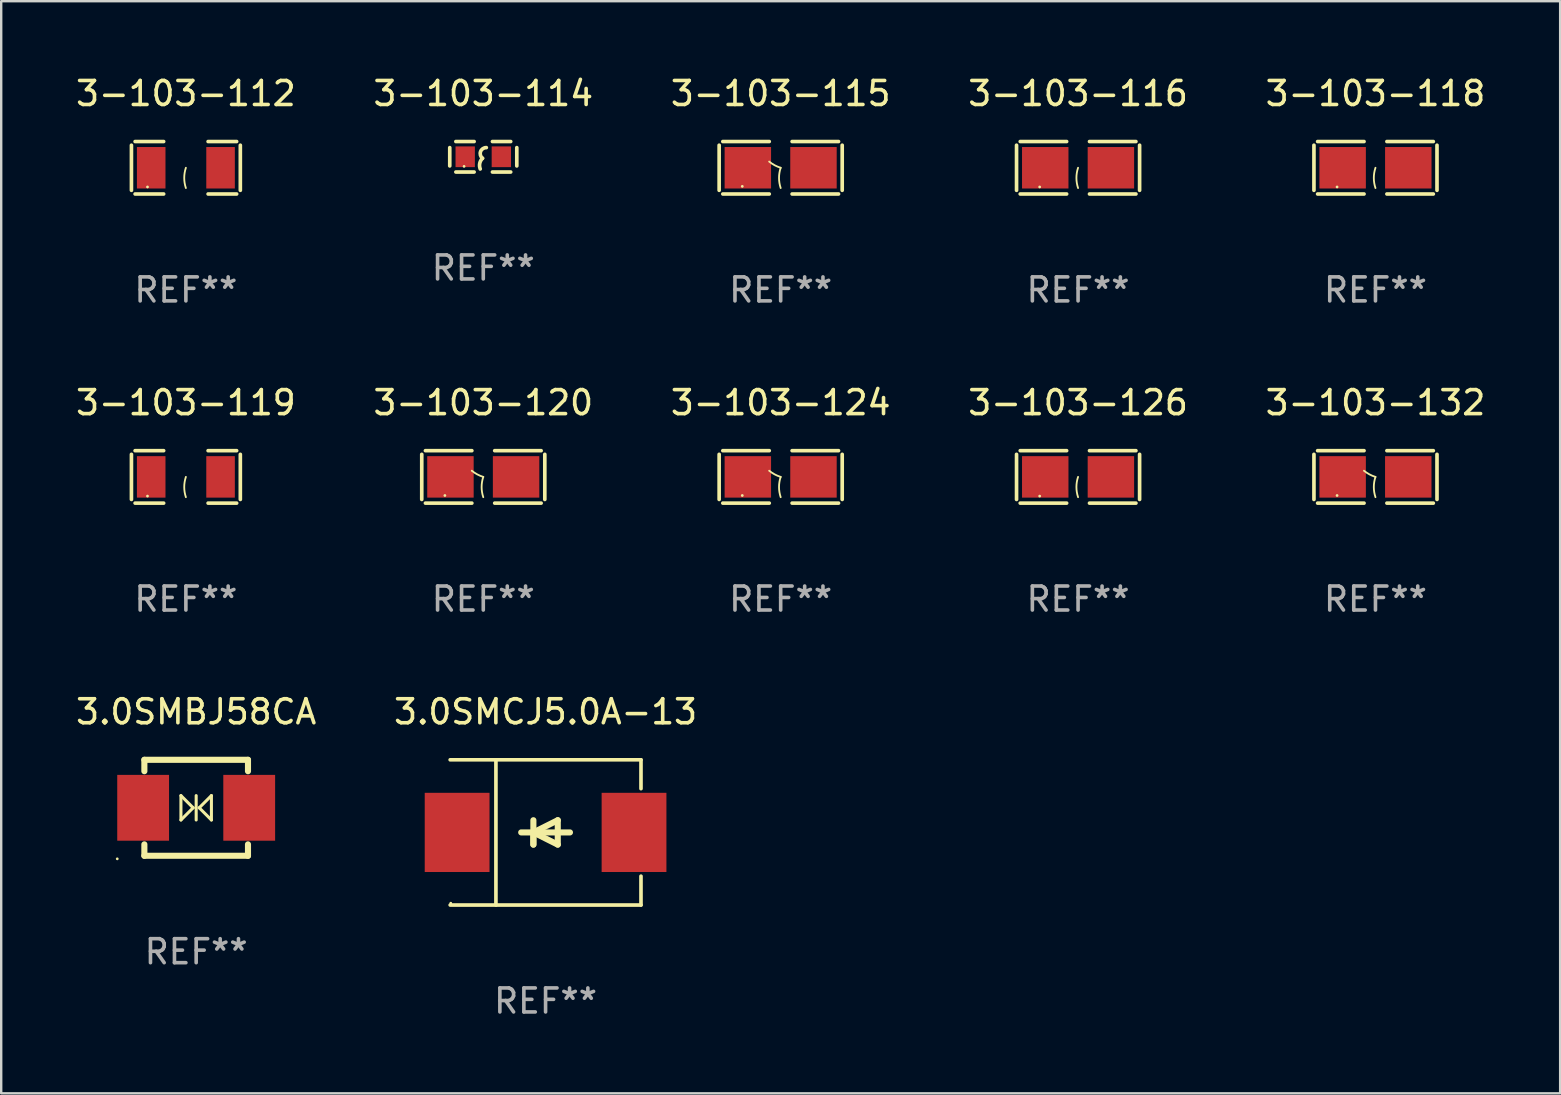
<source format=kicad_pcb>
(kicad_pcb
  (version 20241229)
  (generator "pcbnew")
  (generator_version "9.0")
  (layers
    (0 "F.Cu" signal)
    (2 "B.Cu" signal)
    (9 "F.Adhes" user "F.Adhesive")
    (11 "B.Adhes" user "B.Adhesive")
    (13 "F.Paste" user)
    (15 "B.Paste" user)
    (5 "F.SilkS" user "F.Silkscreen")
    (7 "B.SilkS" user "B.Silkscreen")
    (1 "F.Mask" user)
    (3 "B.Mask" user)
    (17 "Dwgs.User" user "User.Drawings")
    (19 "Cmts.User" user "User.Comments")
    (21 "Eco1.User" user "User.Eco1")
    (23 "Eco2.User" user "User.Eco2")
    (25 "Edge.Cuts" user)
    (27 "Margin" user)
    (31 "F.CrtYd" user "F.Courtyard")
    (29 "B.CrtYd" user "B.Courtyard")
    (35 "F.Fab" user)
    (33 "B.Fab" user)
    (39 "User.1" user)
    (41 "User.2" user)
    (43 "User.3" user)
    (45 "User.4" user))
  (footprint "3-103-118"
    (layer "F.Cu")
    (at 54.268 3.941)
    (property "Reference" "3-103-118" (at 0 -3.093 0) (layer "F.SilkS") (effects (font (size 1 1) (thickness 0.15))))
    (attr through_hole)
    (fp_line (start -2.564 -0.94) (end -2.564 0.94) (stroke (width 0.152) (type solid)) (layer "F.SilkS"))
    (fp_line (start -2.411 1.093) (end -0.476 1.093) (stroke (width 0.152) (type solid)) (layer "F.SilkS"))
    (fp_line (start -0.476 -1.093) (end -2.411 -1.093) (stroke (width 0.152) (type solid)) (layer "F.SilkS"))
    (fp_line (start 0.476 -1.093) (end 2.411 -1.093) (stroke (width 0.152) (type solid)) (layer "F.SilkS"))
    (fp_line (start 2.411 1.093) (end 0.476 1.093) (stroke (width 0.152) (type solid)) (layer "F.SilkS"))
    (fp_line (start 2.564 -0.94) (end 2.564 0.94) (stroke (width 0.152) (type solid)) (layer "F.SilkS"))
    (fp_arc (start 0 0.844951) (mid -0.068559 0.422475) (end 0 0) (stroke (width 0.0762) (type solid)) (layer "F.SilkS"))
    (fp_circle (center -1.6 0.8) (end -1.57 0.8) (stroke (width 0.06) (type solid)) (fill no) (layer "F.SilkS"))
    (fp_text user "REF**" (at 0 5.093 0) (layer "F.Fab") (effects (font (size 1 1) (thickness 0.15))))
    (pad "1" smd rect (at -1.368 0) (size 1.935 1.728) (layers "F.Cu" "F.Mask" "F.Paste"))
    (pad "2" smd rect (at 1.368 0) (size 1.935 1.728) (layers "F.Cu" "F.Mask" "F.Paste")))
  (footprint "3-103-112"
    (layer "F.Cu")
    (at 4.696 3.941)
    (property "Reference" "3-103-112" (at 0 -3.093 0) (layer "F.SilkS") (effects (font (size 1 1) (thickness 0.15))))
    (attr through_hole)
    (fp_line (start -2.269 -0.94) (end -2.269 0.94) (stroke (width 0.152) (type solid)) (layer "F.SilkS"))
    (fp_line (start -2.116 1.093) (end -0.926 1.093) (stroke (width 0.152) (type solid)) (layer "F.SilkS"))
    (fp_line (start -0.926 -1.093) (end -2.116 -1.093) (stroke (width 0.152) (type solid)) (layer "F.SilkS"))
    (fp_line (start 0.926 -1.093) (end 2.116 -1.093) (stroke (width 0.152) (type solid)) (layer "F.SilkS"))
    (fp_line (start 2.116 1.093) (end 0.926 1.093) (stroke (width 0.152) (type solid)) (layer "F.SilkS"))
    (fp_line (start 2.269 -0.94) (end 2.269 0.94) (stroke (width 0.152) (type solid)) (layer "F.SilkS"))
    (fp_arc (start 0 0.844951) (mid -0.068559 0.422475) (end 0 0) (stroke (width 0.0762) (type solid)) (layer "F.SilkS"))
    (fp_circle (center -1.6 0.8) (end -1.57 0.8) (stroke (width 0.06) (type solid)) (fill no) (layer "F.SilkS"))
    (fp_text user "REF**" (at 0 5.093 0) (layer "F.Fab") (effects (font (size 1 1) (thickness 0.15))))
    (pad "1" smd rect (at -1.445 0) (size 1.19 1.728) (layers "F.Cu" "F.Mask" "F.Paste"))
    (pad "2" smd rect (at 1.445 0) (size 1.19 1.728) (layers "F.Cu" "F.Mask" "F.Paste")))
  (footprint "3.0SMCJ5.0A-13"
    (layer "F.Cu")
    (at 19.685 31.638)
    (property "Reference" "3.0SMCJ5.0A-13" (at 0 -5.026 0) (layer "F.SilkS") (effects (font (size 1 1) (thickness 0.15))))
    (attr through_hole)
    (fp_line (start -3.976 -3.026) (end 3.976 -3.026) (stroke (width 0.152) (type solid)) (layer "F.SilkS"))
    (fp_line (start -3.976 3.026) (end 3.976 3.026) (stroke (width 0.152) (type solid)) (layer "F.SilkS"))
    (fp_line (start -2.069 -3.026) (end -2.069 3.026) (stroke (width 0.152) (type solid)) (layer "F.SilkS"))
    (fp_line (start -0.508 0) (end -0.508 0.508) (stroke (width 0.254) (type solid)) (layer "F.SilkS"))
    (fp_line (start -0.508 0) (end 0.508 0.508) (stroke (width 0.254) (type solid)) (layer "F.SilkS"))
    (fp_line (start -0.508 0.508) (end -0.508 -0.508) (stroke (width 0.254) (type solid)) (layer "F.SilkS"))
    (fp_line (start 0.508 -0.508) (end -0.508 0) (stroke (width 0.254) (type solid)) (layer "F.SilkS"))
    (fp_line (start 0.508 0.508) (end 0.508 -0.508) (stroke (width 0.254) (type solid)) (layer "F.SilkS"))
    (fp_line (start 1.016 0) (end -1.016 0) (stroke (width 0.254) (type solid)) (layer "F.SilkS"))
    (fp_line (start 3.976 -3.026) (end 3.976 -1.823) (stroke (width 0.152) (type solid)) (layer "F.SilkS"))
    (fp_line (start 3.976 3.026) (end 3.976 1.823) (stroke (width 0.152) (type solid)) (layer "F.SilkS"))
    (fp_circle (center -3.95 2.95) (end -3.92 2.95) (stroke (width 0.06) (type solid)) (fill no) (layer "F.SilkS"))
    (fp_text user "REF**" (at 0 7.026 0) (layer "F.Fab") (effects (font (size 1 1) (thickness 0.15))))
    (pad "1" smd rect (at -3.686 0) (size 2.7 3.3) (layers "F.Cu" "F.Mask" "F.Paste"))
    (pad "2" smd rect (at 3.686 0) (size 2.7 3.3) (layers "F.Cu" "F.Mask" "F.Paste")))
  (footprint "3-103-116"
    (layer "F.Cu")
    (at 41.875 3.941)
    (property "Reference" "3-103-116" (at 0 -3.093 0) (layer "F.SilkS") (effects (font (size 1 1) (thickness 0.15))))
    (attr through_hole)
    (fp_line (start -2.564 -0.94) (end -2.564 0.94) (stroke (width 0.152) (type solid)) (layer "F.SilkS"))
    (fp_line (start -2.411 1.093) (end -0.476 1.093) (stroke (width 0.152) (type solid)) (layer "F.SilkS"))
    (fp_line (start -0.476 -1.093) (end -2.411 -1.093) (stroke (width 0.152) (type solid)) (layer "F.SilkS"))
    (fp_line (start 0.476 -1.093) (end 2.411 -1.093) (stroke (width 0.152) (type solid)) (layer "F.SilkS"))
    (fp_line (start 2.411 1.093) (end 0.476 1.093) (stroke (width 0.152) (type solid)) (layer "F.SilkS"))
    (fp_line (start 2.564 -0.94) (end 2.564 0.94) (stroke (width 0.152) (type solid)) (layer "F.SilkS"))
    (fp_arc (start 0 0.844951) (mid -0.068559 0.422475) (end 0 0) (stroke (width 0.0762) (type solid)) (layer "F.SilkS"))
    (fp_circle (center -1.6 0.8) (end -1.57 0.8) (stroke (width 0.06) (type solid)) (fill no) (layer "F.SilkS"))
    (fp_text user "REF**" (at 0 5.093 0) (layer "F.Fab") (effects (font (size 1 1) (thickness 0.15))))
    (pad "1" smd rect (at -1.368 0) (size 1.935 1.728) (layers "F.Cu" "F.Mask" "F.Paste"))
    (pad "2" smd rect (at 1.368 0) (size 1.935 1.728) (layers "F.Cu" "F.Mask" "F.Paste")))
  (footprint "3-103-114"
    (layer "F.Cu")
    (at 17.089 3.483)
    (property "Reference" "3-103-114" (at 0 -2.635 0) (layer "F.SilkS") (effects (font (size 1 1) (thickness 0.15))))
    (attr through_hole)
    (fp_line (start -1.397 -0.381) (end -1.397 0.381) (stroke (width 0.152) (type solid)) (layer "F.SilkS"))
    (fp_line (start -0.381 -0.635) (end -1.143 -0.635) (stroke (width 0.152) (type solid)) (layer "F.SilkS"))
    (fp_line (start -0.381 0.635) (end -1.143 0.635) (stroke (width 0.152) (type solid)) (layer "F.SilkS"))
    (fp_line (start 0.381 -0.635) (end 1.143 -0.635) (stroke (width 0.152) (type solid)) (layer "F.SilkS"))
    (fp_line (start 0.381 0.635) (end 1.143 0.635) (stroke (width 0.152) (type solid)) (layer "F.SilkS"))
    (fp_line (start 1.397 -0.381) (end 1.397 0.381) (stroke (width 0.152) (type solid)) (layer "F.SilkS"))
    (fp_arc (start -0.127 0.508001) (mid -0.146523 0.271131) (end -0.030861 0.0635) (stroke (width 0.151994) (type solid)) (layer "F.SilkS"))
    (fp_arc (start -0.03175 0.0635) (mid -0.113571 -0.216321) (end 0.127001 -0.381002) (stroke (width 0.151994) (type solid)) (layer "F.SilkS"))
    (fp_circle (center -0.8 0.4) (end -0.77 0.4) (stroke (width 0.06) (type solid)) (fill no) (layer "F.SilkS"))
    (fp_text user "REF**" (at 0 4.635 0) (layer "F.Fab") (effects (font (size 1 1) (thickness 0.15))))
    (pad "1" smd rect (at -0.753 0) (size 0.806 0.864) (layers "F.Cu" "F.Mask" "F.Paste"))
    (pad "2" smd rect (at 0.753 0) (size 0.806 0.864) (layers "F.Cu" "F.Mask" "F.Paste")))
  (footprint "3-103-132"
    (layer "F.Cu")
    (at 54.268 16.823)
    (property "Reference" "3-103-132" (at 0 -3.093 0) (layer "F.SilkS") (effects (font (size 1 1) (thickness 0.15))))
    (attr through_hole)
    (fp_line (start -2.564 -0.94) (end -2.564 0.94) (stroke (width 0.152) (type solid)) (layer "F.SilkS"))
    (fp_line (start -2.411 1.093) (end -0.476 1.093) (stroke (width 0.152) (type solid)) (layer "F.SilkS"))
    (fp_line (start -0.476 -1.093) (end -2.411 -1.093) (stroke (width 0.152) (type solid)) (layer "F.SilkS"))
    (fp_line (start 0.476 -1.093) (end 2.411 -1.093) (stroke (width 0.152) (type solid)) (layer "F.SilkS"))
    (fp_line (start 2.411 1.093) (end 0.476 1.093) (stroke (width 0.152) (type solid)) (layer "F.SilkS"))
    (fp_line (start 2.564 -0.94) (end 2.564 0.94) (stroke (width 0.152) (type solid)) (layer "F.SilkS"))
    (fp_arc (start 0 0) (mid -0.25226 -0.10569) (end -0.479707 -0.257589) (stroke (width 0.0762) (type solid)) (layer "F.SilkS"))
    (fp_arc (start 0 0.844958) (mid -0.068559 0.422479) (end 0 0) (stroke (width 0.0762) (type solid)) (layer "F.SilkS"))
    (fp_circle (center -1.6 0.775) (end -1.57 0.775) (stroke (width 0.06) (type solid)) (fill no) (layer "F.SilkS"))
    (fp_text user "REF**" (at 0 5.093 0) (layer "F.Fab") (effects (font (size 1 1) (thickness 0.15))))
    (pad "1" smd rect (at -1.368 -0.000051) (size 1.935 1.728) (layers "F.Cu" "F.Mask" "F.Paste"))
    (pad "2" smd rect (at 1.367 -0.000051) (size 1.935 1.728) (layers "F.Cu" "F.Mask" "F.Paste")))
  (footprint "3-103-120"
    (layer "F.Cu")
    (at 17.089 16.823)
    (property "Reference" "3-103-120" (at 0 -3.093 0) (layer "F.SilkS") (effects (font (size 1 1) (thickness 0.15))))
    (attr through_hole)
    (fp_line (start -2.564 -0.94) (end -2.564 0.94) (stroke (width 0.152) (type solid)) (layer "F.SilkS"))
    (fp_line (start -2.411 1.093) (end -0.476 1.093) (stroke (width 0.152) (type solid)) (layer "F.SilkS"))
    (fp_line (start -0.476 -1.093) (end -2.411 -1.093) (stroke (width 0.152) (type solid)) (layer "F.SilkS"))
    (fp_line (start 0.476 -1.093) (end 2.411 -1.093) (stroke (width 0.152) (type solid)) (layer "F.SilkS"))
    (fp_line (start 2.411 1.093) (end 0.476 1.093) (stroke (width 0.152) (type solid)) (layer "F.SilkS"))
    (fp_line (start 2.564 -0.94) (end 2.564 0.94) (stroke (width 0.152) (type solid)) (layer "F.SilkS"))
    (fp_arc (start 0 0) (mid -0.25226 -0.10569) (end -0.479707 -0.257589) (stroke (width 0.0762) (type solid)) (layer "F.SilkS"))
    (fp_arc (start 0 0.844958) (mid -0.068559 0.422479) (end 0 0) (stroke (width 0.0762) (type solid)) (layer "F.SilkS"))
    (fp_circle (center -1.6 0.775) (end -1.57 0.775) (stroke (width 0.06) (type solid)) (fill no) (layer "F.SilkS"))
    (fp_text user "REF**" (at 0 5.093 0) (layer "F.Fab") (effects (font (size 1 1) (thickness 0.15))))
    (pad "1" smd rect (at -1.368 -0.000051) (size 1.935 1.728) (layers "F.Cu" "F.Mask" "F.Paste"))
    (pad "2" smd rect (at 1.367 -0.000051) (size 1.935 1.728) (layers "F.Cu" "F.Mask" "F.Paste")))
  (footprint "3.0SMBJ58CA"
    (layer "F.Cu")
    (at 5.125 30.612)
    (property "Reference" "3.0SMBJ58CA" (at 0 -4 0) (layer "F.SilkS") (effects (font (size 1 1) (thickness 0.15))))
    (attr through_hole)
    (fp_line (start -2.159 -2) (end 2.159 -2) (stroke (width 0.254) (type solid)) (layer "F.SilkS"))
    (fp_line (start -2.159 -1.524) (end -2.159 -2) (stroke (width 0.254) (type solid)) (layer "F.SilkS"))
    (fp_line (start -2.159 1.524) (end -2.159 2) (stroke (width 0.254) (type solid)) (layer "F.SilkS"))
    (fp_line (start -2.159 2) (end 2.159 2) (stroke (width 0.254) (type solid)) (layer "F.SilkS"))
    (fp_line (start -0.635 -0.508) (end -0.127 0) (stroke (width 0.127) (type solid)) (layer "F.SilkS"))
    (fp_line (start -0.635 0.508) (end -0.635 -0.508) (stroke (width 0.127) (type solid)) (layer "F.SilkS"))
    (fp_line (start -0.127 0) (end -0.635 0.508) (stroke (width 0.127) (type solid)) (layer "F.SilkS"))
    (fp_line (start 0 0.508) (end 0 -0.508) (stroke (width 0.127) (type solid)) (layer "F.SilkS"))
    (fp_line (start 0.127 0) (end 0.635 -0.508) (stroke (width 0.127) (type solid)) (layer "F.SilkS"))
    (fp_line (start 0.635 -0.508) (end 0.635 0.508) (stroke (width 0.127) (type solid)) (layer "F.SilkS"))
    (fp_line (start 0.635 0.508) (end 0.127 0) (stroke (width 0.127) (type solid)) (layer "F.SilkS"))
    (fp_line (start 2.159 -2) (end 2.159 -1.524) (stroke (width 0.254) (type solid)) (layer "F.SilkS"))
    (fp_line (start 2.159 2) (end 2.159 1.524) (stroke (width 0.254) (type solid)) (layer "F.SilkS"))
    (fp_circle (center -3.289 2.127) (end -3.259 2.127) (stroke (width 0.06) (type solid)) (fill no) (layer "F.SilkS"))
    (fp_text user "REF**" (at 0 6 0) (layer "F.Fab") (effects (font (size 1 1) (thickness 0.15))))
    (pad "1" smd rect (at -2.21 0 180) (size 2.159 2.743) (layers "F.Cu" "F.Mask" "F.Paste"))
    (pad "2" smd rect (at 2.21 0 180) (size 2.159 2.743) (layers "F.Cu" "F.Mask" "F.Paste")))
  (footprint "3-103-119"
    (layer "F.Cu")
    (at 4.696 16.823)
    (property "Reference" "3-103-119" (at 0 -3.093 0) (layer "F.SilkS") (effects (font (size 1 1) (thickness 0.15))))
    (attr through_hole)
    (fp_line (start -2.269 -0.94) (end -2.269 0.94) (stroke (width 0.152) (type solid)) (layer "F.SilkS"))
    (fp_line (start -2.116 1.093) (end -0.926 1.093) (stroke (width 0.152) (type solid)) (layer "F.SilkS"))
    (fp_line (start -0.926 -1.093) (end -2.116 -1.093) (stroke (width 0.152) (type solid)) (layer "F.SilkS"))
    (fp_line (start 0.926 -1.093) (end 2.116 -1.093) (stroke (width 0.152) (type solid)) (layer "F.SilkS"))
    (fp_line (start 2.116 1.093) (end 0.926 1.093) (stroke (width 0.152) (type solid)) (layer "F.SilkS"))
    (fp_line (start 2.269 -0.94) (end 2.269 0.94) (stroke (width 0.152) (type solid)) (layer "F.SilkS"))
    (fp_arc (start 0 0.844951) (mid -0.068559 0.422475) (end 0 0) (stroke (width 0.0762) (type solid)) (layer "F.SilkS"))
    (fp_circle (center -1.6 0.8) (end -1.57 0.8) (stroke (width 0.06) (type solid)) (fill no) (layer "F.SilkS"))
    (fp_text user "REF**" (at 0 5.093 0) (layer "F.Fab") (effects (font (size 1 1) (thickness 0.15))))
    (pad "1" smd rect (at -1.445 0) (size 1.19 1.728) (layers "F.Cu" "F.Mask" "F.Paste"))
    (pad "2" smd rect (at 1.445 0) (size 1.19 1.728) (layers "F.Cu" "F.Mask" "F.Paste")))
  (footprint "3-103-124"
    (layer "F.Cu")
    (at 29.482 16.823)
    (property "Reference" "3-103-124" (at 0 -3.093 0) (layer "F.SilkS") (effects (font (size 1 1) (thickness 0.15))))
    (attr through_hole)
    (fp_line (start -2.564 -0.94) (end -2.564 0.94) (stroke (width 0.152) (type solid)) (layer "F.SilkS"))
    (fp_line (start -2.411 1.093) (end -0.476 1.093) (stroke (width 0.152) (type solid)) (layer "F.SilkS"))
    (fp_line (start -0.476 -1.093) (end -2.411 -1.093) (stroke (width 0.152) (type solid)) (layer "F.SilkS"))
    (fp_line (start 0.476 -1.093) (end 2.411 -1.093) (stroke (width 0.152) (type solid)) (layer "F.SilkS"))
    (fp_line (start 2.411 1.093) (end 0.476 1.093) (stroke (width 0.152) (type solid)) (layer "F.SilkS"))
    (fp_line (start 2.564 -0.94) (end 2.564 0.94) (stroke (width 0.152) (type solid)) (layer "F.SilkS"))
    (fp_arc (start 0 0) (mid -0.25226 -0.10569) (end -0.479707 -0.257589) (stroke (width 0.0762) (type solid)) (layer "F.SilkS"))
    (fp_arc (start 0 0.844958) (mid -0.068559 0.422479) (end 0 0) (stroke (width 0.0762) (type solid)) (layer "F.SilkS"))
    (fp_circle (center -1.6 0.775) (end -1.57 0.775) (stroke (width 0.06) (type solid)) (fill no) (layer "F.SilkS"))
    (fp_text user "REF**" (at 0 5.093 0) (layer "F.Fab") (effects (font (size 1 1) (thickness 0.15))))
    (pad "1" smd rect (at -1.368 -0.000051) (size 1.935 1.728) (layers "F.Cu" "F.Mask" "F.Paste"))
    (pad "2" smd rect (at 1.367 -0.000051) (size 1.935 1.728) (layers "F.Cu" "F.Mask" "F.Paste")))
  (footprint "3-103-115"
    (layer "F.Cu")
    (at 29.482 3.941)
    (property "Reference" "3-103-115" (at 0 -3.093 0) (layer "F.SilkS") (effects (font (size 1 1) (thickness 0.15))))
    (attr through_hole)
    (fp_line (start -2.564 -0.94) (end -2.564 0.94) (stroke (width 0.152) (type solid)) (layer "F.SilkS"))
    (fp_line (start -2.411 1.093) (end -0.476 1.093) (stroke (width 0.152) (type solid)) (layer "F.SilkS"))
    (fp_line (start -0.476 -1.093) (end -2.411 -1.093) (stroke (width 0.152) (type solid)) (layer "F.SilkS"))
    (fp_line (start 0.476 -1.093) (end 2.411 -1.093) (stroke (width 0.152) (type solid)) (layer "F.SilkS"))
    (fp_line (start 2.411 1.093) (end 0.476 1.093) (stroke (width 0.152) (type solid)) (layer "F.SilkS"))
    (fp_line (start 2.564 -0.94) (end 2.564 0.94) (stroke (width 0.152) (type solid)) (layer "F.SilkS"))
    (fp_arc (start 0 0) (mid -0.25226 -0.10569) (end -0.479707 -0.257589) (stroke (width 0.0762) (type solid)) (layer "F.SilkS"))
    (fp_arc (start 0 0.844958) (mid -0.068559 0.422479) (end 0 0) (stroke (width 0.0762) (type solid)) (layer "F.SilkS"))
    (fp_circle (center -1.6 0.775) (end -1.57 0.775) (stroke (width 0.06) (type solid)) (fill no) (layer "F.SilkS"))
    (fp_text user "REF**" (at 0 5.093 0) (layer "F.Fab") (effects (font (size 1 1) (thickness 0.15))))
    (pad "1" smd rect (at -1.368 -0.000051) (size 1.935 1.728) (layers "F.Cu" "F.Mask" "F.Paste"))
    (pad "2" smd rect (at 1.367 -0.000051) (size 1.935 1.728) (layers "F.Cu" "F.Mask" "F.Paste")))
  (footprint "3-103-126"
    (layer "F.Cu")
    (at 41.875 16.823)
    (property "Reference" "3-103-126" (at 0 -3.093 0) (layer "F.SilkS") (effects (font (size 1 1) (thickness 0.15))))
    (attr through_hole)
    (fp_line (start -2.564 -0.94) (end -2.564 0.94) (stroke (width 0.152) (type solid)) (layer "F.SilkS"))
    (fp_line (start -2.411 1.093) (end -0.476 1.093) (stroke (width 0.152) (type solid)) (layer "F.SilkS"))
    (fp_line (start -0.476 -1.093) (end -2.411 -1.093) (stroke (width 0.152) (type solid)) (layer "F.SilkS"))
    (fp_line (start 0.476 -1.093) (end 2.411 -1.093) (stroke (width 0.152) (type solid)) (layer "F.SilkS"))
    (fp_line (start 2.411 1.093) (end 0.476 1.093) (stroke (width 0.152) (type solid)) (layer "F.SilkS"))
    (fp_line (start 2.564 -0.94) (end 2.564 0.94) (stroke (width 0.152) (type solid)) (layer "F.SilkS"))
    (fp_arc (start 0 0.844951) (mid -0.068559 0.422475) (end 0 0) (stroke (width 0.0762) (type solid)) (layer "F.SilkS"))
    (fp_circle (center -1.6 0.8) (end -1.57 0.8) (stroke (width 0.06) (type solid)) (fill no) (layer "F.SilkS"))
    (fp_text user "REF**" (at 0 5.093 0) (layer "F.Fab") (effects (font (size 1 1) (thickness 0.15))))
    (pad "1" smd rect (at -1.368 0) (size 1.935 1.728) (layers "F.Cu" "F.Mask" "F.Paste"))
    (pad "2" smd rect (at 1.368 0) (size 1.935 1.728) (layers "F.Cu" "F.Mask" "F.Paste")))
  (gr_rect
    (start -3 -3)
    (end 61.964 42.512)
    (stroke (width 0.1) (type default))
    (fill no)
    (layer "Edge.Cuts")))
</source>
